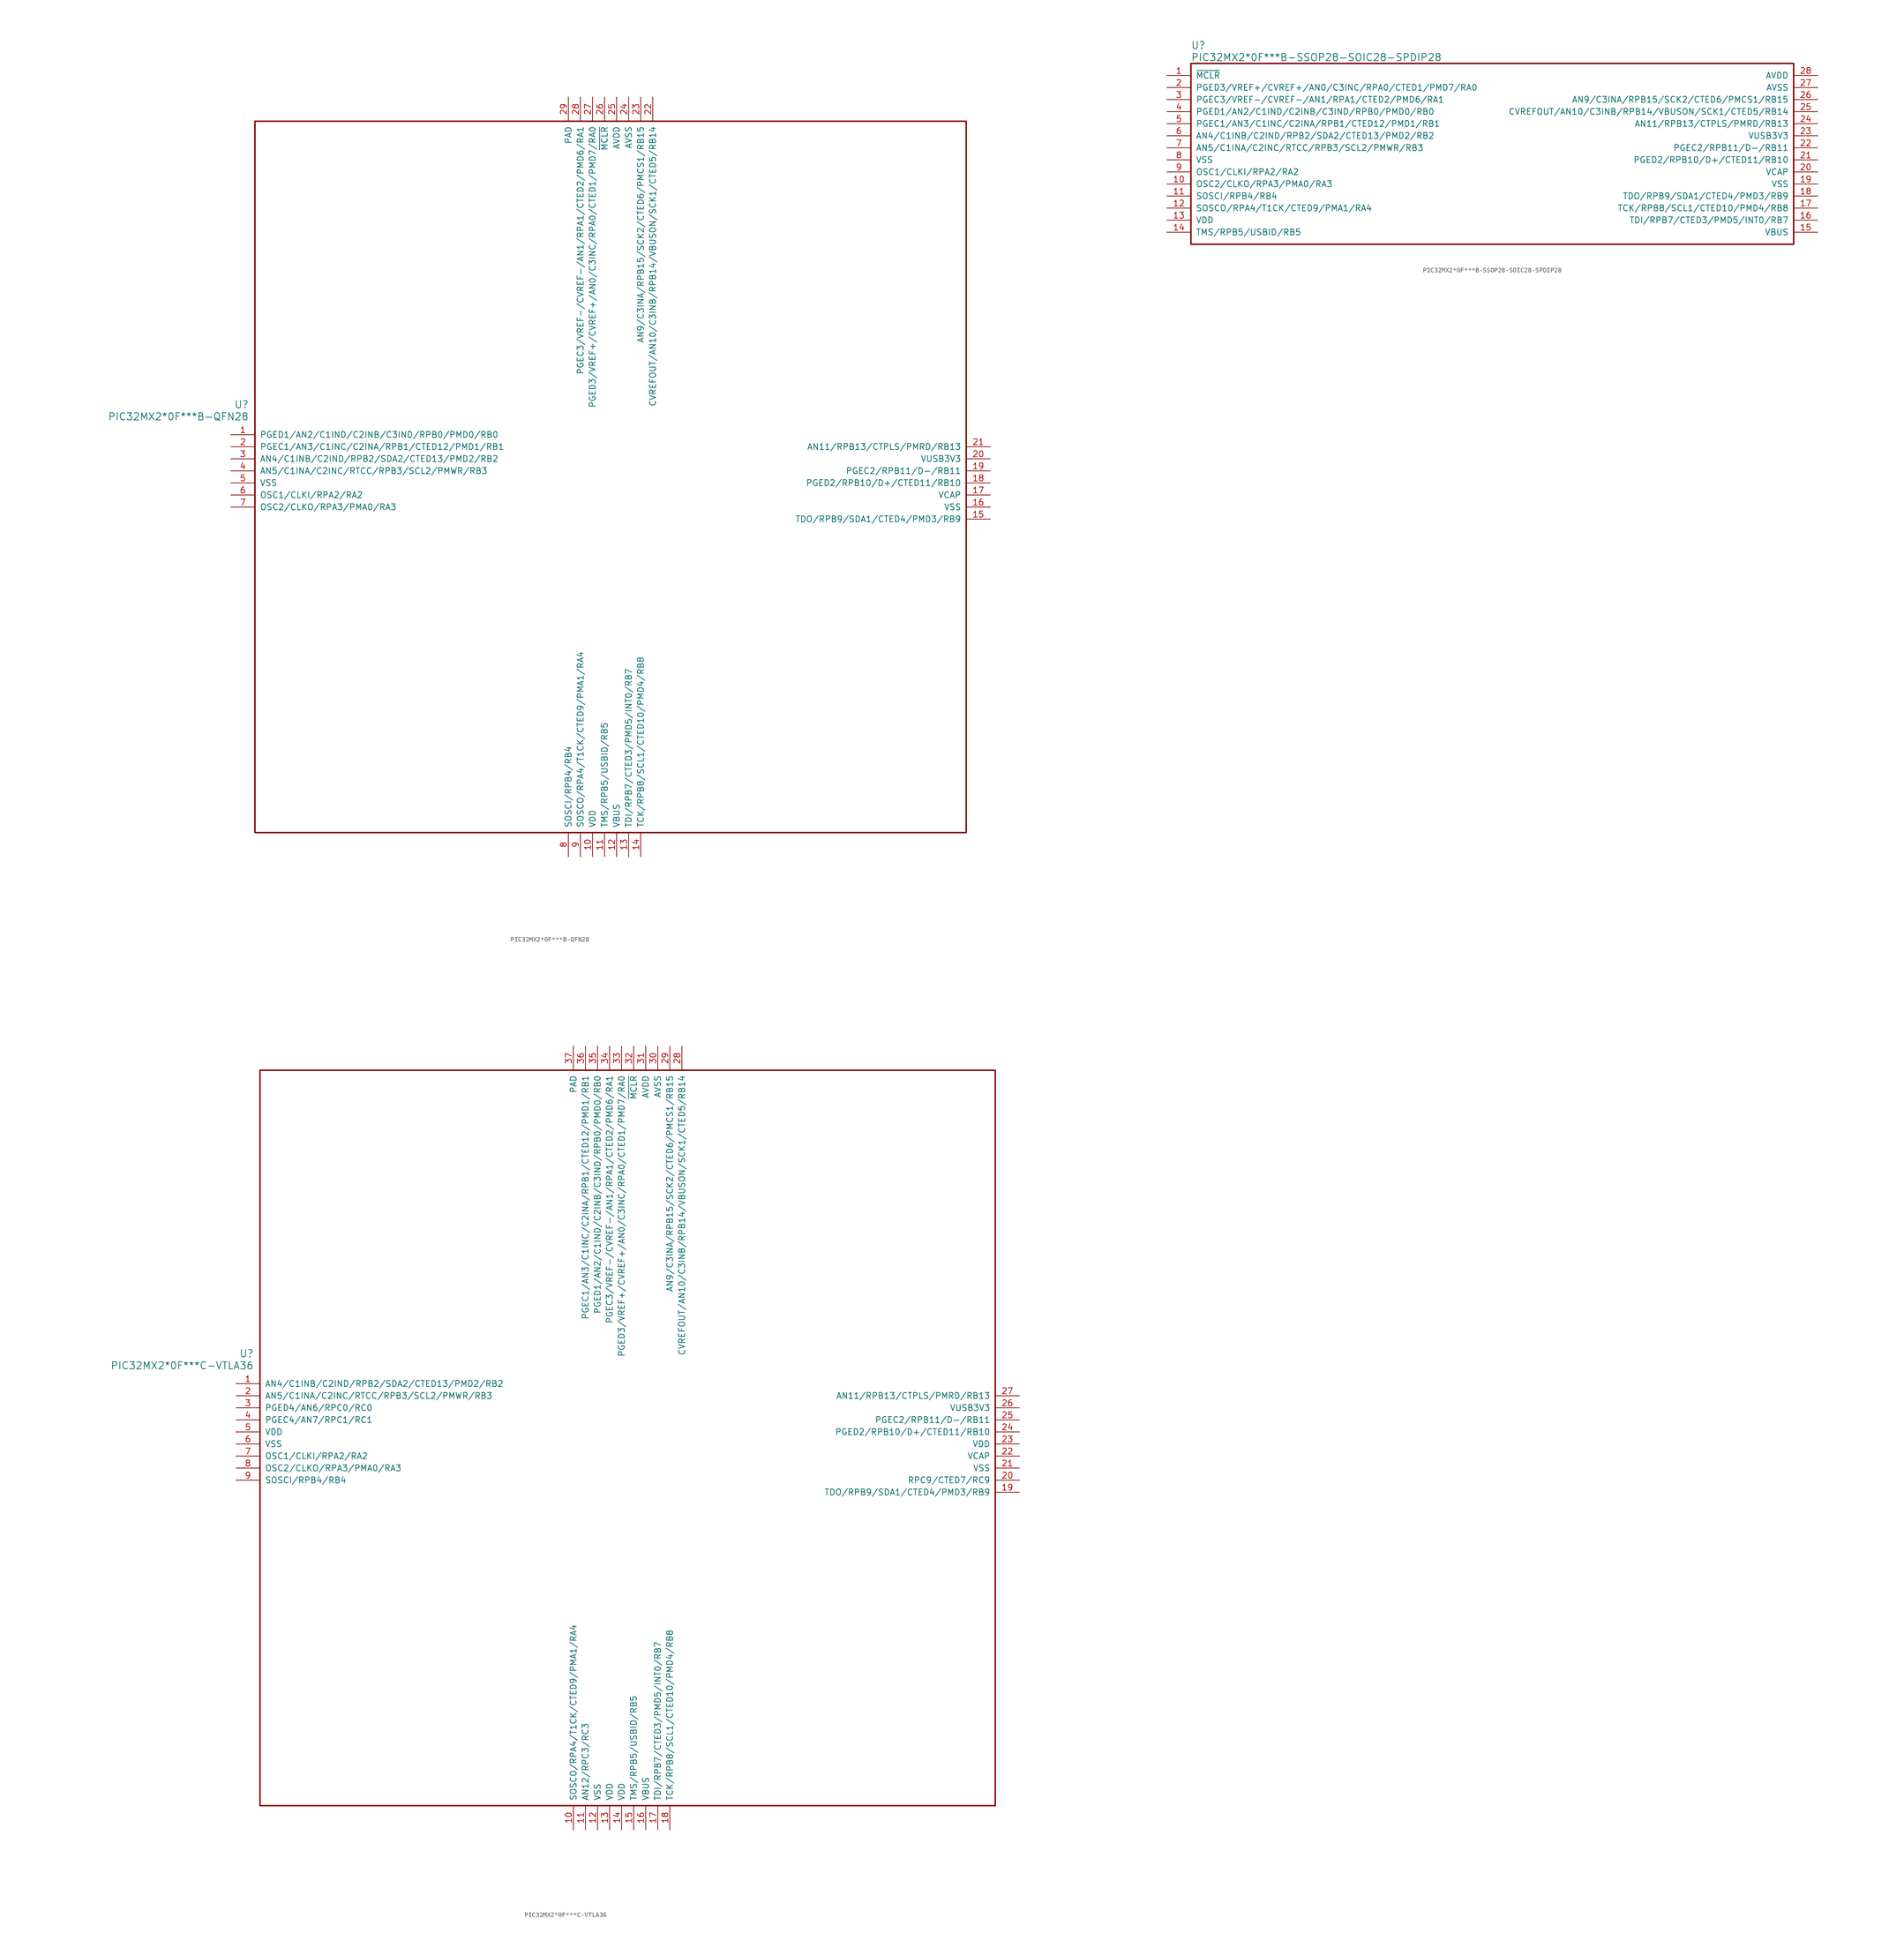
<source format=kicad_sym>
(kicad_symbol_lib
  (version 20241209)
  (generator "kicad_symbol_editor")
  (generator_version "9.0")
  (symbol "PIC32MX2*0F***B-QFN28"
    (pin_names
      (offset 1.016))
    (property "Reference" "U"
      (at 3.81 6.35 0)
      (effects (font (size 1.524 1.524)) (justify right)))
    (property "Value" "PIC32MX2*0F***B-QFN28"
      (at 3.81 3.81 0)
      (effects (font (size 1.524 1.524)) (justify right)))
    (property "ki_locked" ""
      (at 0 0 0)
      (effects (font (size 1.27 1.27))))
    (symbol "PIC32MX2*0F***B-QFN28_1_1"
      (rectangle (start 5.08 66.04) (end 154.94 -83.82) (stroke (width 0.305) (type solid)) (fill (type none)))
      (pin bidirectional line (at 0 0 0) (length 5.08) (name "PGED1/AN2/C1IND/C2INB/C3IND/RPB0/PMD0/RB0" (effects (font (size 1.27 1.27)))) (number "1" (effects (font (size 1.27 1.27)))))
      (pin bidirectional line (at 0 -2.54 0) (length 5.08) (name "PGEC1/AN3/C1INC/C2INA/RPB1/CTED12/PMD1/RB1" (effects (font (size 1.27 1.27)))) (number "2" (effects (font (size 1.27 1.27)))))
      (pin bidirectional line (at 0 -5.08 0) (length 5.08) (name "AN4/C1INB/C2IND/RPB2/SDA2/CTED13/PMD2/RB2" (effects (font (size 1.27 1.27)))) (number "3" (effects (font (size 1.27 1.27)))))
      (pin bidirectional line (at 0 -7.62 0) (length 5.08) (name "AN5/C1INA/C2INC/RTCC/RPB3/SCL2/PMWR/RB3" (effects (font (size 1.27 1.27)))) (number "4" (effects (font (size 1.27 1.27)))))
      (pin power_in line (at 0 -10.16 0) (length 5.08) (name "VSS" (effects (font (size 1.27 1.27)))) (number "5" (effects (font (size 1.27 1.27)))))
      (pin bidirectional line (at 0 -12.7 0) (length 5.08) (name "OSC1/CLKI/RPA2/RA2" (effects (font (size 1.27 1.27)))) (number "6" (effects (font (size 1.27 1.27)))))
      (pin bidirectional line (at 0 -15.24 0) (length 5.08) (name "OSC2/CLKO/RPA3/PMA0/RA3" (effects (font (size 1.27 1.27)))) (number "7" (effects (font (size 1.27 1.27)))))
      (pin power_in line (at 71.12 71.12 270) (length 5.08) (name "PAD" (effects (font (size 1.27 1.27)))) (number "29" (effects (font (size 1.27 1.27)))))
      (pin bidirectional line (at 71.12 -88.9 90) (length 5.08) (name "SOSCI/RPB4/RB4" (effects (font (size 1.27 1.27)))) (number "8" (effects (font (size 1.27 1.27)))))
      (pin bidirectional line (at 73.66 71.12 270) (length 5.08) (name "PGEC3/VREF-/CVREF-/AN1/RPA1/CTED2/PMD6/RA1" (effects (font (size 1.27 1.27)))) (number "28" (effects (font (size 1.27 1.27)))))
      (pin bidirectional line (at 73.66 -88.9 90) (length 5.08) (name "SOSCO/RPA4/T1CK/CTED9/PMA1/RA4" (effects (font (size 1.27 1.27)))) (number "9" (effects (font (size 1.27 1.27)))))
      (pin bidirectional line (at 76.2 71.12 270) (length 5.08) (name "PGED3/VREF+/CVREF+/AN0/C3INC/RPA0/CTED1/PMD7/RA0" (effects (font (size 1.27 1.27)))) (number "27" (effects (font (size 1.27 1.27)))))
      (pin power_in line (at 76.2 -88.9 90) (length 5.08) (name "VDD" (effects (font (size 1.27 1.27)))) (number "10" (effects (font (size 1.27 1.27)))))
      (pin input line (at 78.74 71.12 270) (length 5.08) (name "~{MCLR}" (effects (font (size 1.27 1.27)))) (number "26" (effects (font (size 1.27 1.27)))))
      (pin bidirectional line (at 78.74 -88.9 90) (length 5.08) (name "TMS/RPB5/USBID/RB5" (effects (font (size 1.27 1.27)))) (number "11" (effects (font (size 1.27 1.27)))))
      (pin power_in line (at 81.28 71.12 270) (length 5.08) (name "AVDD" (effects (font (size 1.27 1.27)))) (number "25" (effects (font (size 1.27 1.27)))))
      (pin input line (at 81.28 -88.9 90) (length 5.08) (name "VBUS" (effects (font (size 1.27 1.27)))) (number "12" (effects (font (size 1.27 1.27)))))
      (pin power_in line (at 83.82 71.12 270) (length 5.08) (name "AVSS" (effects (font (size 1.27 1.27)))) (number "24" (effects (font (size 1.27 1.27)))))
      (pin bidirectional line (at 83.82 -88.9 90) (length 5.08) (name "TDI/RPB7/CTED3/PMD5/INT0/RB7" (effects (font (size 1.27 1.27)))) (number "13" (effects (font (size 1.27 1.27)))))
      (pin bidirectional line (at 86.36 71.12 270) (length 5.08) (name "AN9/C3INA/RPB15/SCK2/CTED6/PMCS1/RB15" (effects (font (size 1.27 1.27)))) (number "23" (effects (font (size 1.27 1.27)))))
      (pin bidirectional line (at 86.36 -88.9 90) (length 5.08) (name "TCK/RPB8/SCL1/CTED10/PMD4/RB8" (effects (font (size 1.27 1.27)))) (number "14" (effects (font (size 1.27 1.27)))))
      (pin bidirectional line (at 88.9 71.12 270) (length 5.08) (name "CVREFOUT/AN10/C3INB/RPB14/VBUSON/SCK1/CTED5/RB14" (effects (font (size 1.27 1.27)))) (number "22" (effects (font (size 1.27 1.27)))))
      (pin bidirectional line (at 160.02 -2.54 180) (length 5.08) (name "AN11/RPB13/CTPLS/PMRD/RB13" (effects (font (size 1.27 1.27)))) (number "21" (effects (font (size 1.27 1.27)))))
      (pin power_in line (at 160.02 -5.08 180) (length 5.08) (name "VUSB3V3" (effects (font (size 1.27 1.27)))) (number "20" (effects (font (size 1.27 1.27)))))
      (pin bidirectional line (at 160.02 -7.62 180) (length 5.08) (name "PGEC2/RPB11/D-/RB11" (effects (font (size 1.27 1.27)))) (number "19" (effects (font (size 1.27 1.27)))))
      (pin bidirectional line (at 160.02 -10.16 180) (length 5.08) (name "PGED2/RPB10/D+/CTED11/RB10" (effects (font (size 1.27 1.27)))) (number "18" (effects (font (size 1.27 1.27)))))
      (pin power_out line (at 160.02 -12.7 180) (length 5.08) (name "VCAP" (effects (font (size 1.27 1.27)))) (number "17" (effects (font (size 1.27 1.27)))))
      (pin power_in line (at 160.02 -15.24 180) (length 5.08) (name "VSS" (effects (font (size 1.27 1.27)))) (number "16" (effects (font (size 1.27 1.27)))))
      (pin bidirectional line (at 160.02 -17.78 180) (length 5.08) (name "TDO/RPB9/SDA1/CTED4/PMD3/RB9" (effects (font (size 1.27 1.27)))) (number "15" (effects (font (size 1.27 1.27)))))))
  (symbol "PIC32MX2*0F***B-SSOP28-SOIC28-SPDIP28"
    (pin_names
      (offset 1.016))
    (property "Reference" "U"
      (at 5.08 6.35 0)
      (effects (font (size 1.524 1.524)) (justify left)))
    (property "Value" "PIC32MX2*0F***B-SSOP28-SOIC28-SPDIP28"
      (at 5.08 3.81 0)
      (effects (font (size 1.524 1.524)) (justify left)))
    (property "ki_locked" ""
      (at 0 0 0)
      (effects (font (size 1.27 1.27))))
    (symbol "PIC32MX2*0F***B-SSOP28-SOIC28-SPDIP28_1_1"
      (rectangle (start 5.08 2.54) (end 132.08 -35.56) (stroke (width 0.305) (type solid)) (fill (type none)))
      (pin input line (at 0 0 0) (length 5.08) (name "~{MCLR}" (effects (font (size 1.27 1.27)))) (number "1" (effects (font (size 1.27 1.27)))))
      (pin bidirectional line (at 0 -2.54 0) (length 5.08) (name "PGED3/VREF+/CVREF+/AN0/C3INC/RPA0/CTED1/PMD7/RA0" (effects (font (size 1.27 1.27)))) (number "2" (effects (font (size 1.27 1.27)))))
      (pin bidirectional line (at 0 -5.08 0) (length 5.08) (name "PGEC3/VREF-/CVREF-/AN1/RPA1/CTED2/PMD6/RA1" (effects (font (size 1.27 1.27)))) (number "3" (effects (font (size 1.27 1.27)))))
      (pin bidirectional line (at 0 -7.62 0) (length 5.08) (name "PGED1/AN2/C1IND/C2INB/C3IND/RPB0/PMD0/RB0" (effects (font (size 1.27 1.27)))) (number "4" (effects (font (size 1.27 1.27)))))
      (pin bidirectional line (at 0 -10.16 0) (length 5.08) (name "PGEC1/AN3/C1INC/C2INA/RPB1/CTED12/PMD1/RB1" (effects (font (size 1.27 1.27)))) (number "5" (effects (font (size 1.27 1.27)))))
      (pin bidirectional line (at 0 -12.7 0) (length 5.08) (name "AN4/C1INB/C2IND/RPB2/SDA2/CTED13/PMD2/RB2" (effects (font (size 1.27 1.27)))) (number "6" (effects (font (size 1.27 1.27)))))
      (pin bidirectional line (at 0 -15.24 0) (length 5.08) (name "AN5/C1INA/C2INC/RTCC/RPB3/SCL2/PMWR/RB3" (effects (font (size 1.27 1.27)))) (number "7" (effects (font (size 1.27 1.27)))))
      (pin power_in line (at 0 -17.78 0) (length 5.08) (name "VSS" (effects (font (size 1.27 1.27)))) (number "8" (effects (font (size 1.27 1.27)))))
      (pin bidirectional line (at 0 -20.32 0) (length 5.08) (name "OSC1/CLKI/RPA2/RA2" (effects (font (size 1.27 1.27)))) (number "9" (effects (font (size 1.27 1.27)))))
      (pin bidirectional line (at 0 -22.86 0) (length 5.08) (name "OSC2/CLKO/RPA3/PMA0/RA3" (effects (font (size 1.27 1.27)))) (number "10" (effects (font (size 1.27 1.27)))))
      (pin bidirectional line (at 0 -25.4 0) (length 5.08) (name "SOSCI/RPB4/RB4" (effects (font (size 1.27 1.27)))) (number "11" (effects (font (size 1.27 1.27)))))
      (pin bidirectional line (at 0 -27.94 0) (length 5.08) (name "SOSCO/RPA4/T1CK/CTED9/PMA1/RA4" (effects (font (size 1.27 1.27)))) (number "12" (effects (font (size 1.27 1.27)))))
      (pin power_in line (at 0 -30.48 0) (length 5.08) (name "VDD" (effects (font (size 1.27 1.27)))) (number "13" (effects (font (size 1.27 1.27)))))
      (pin bidirectional line (at 0 -33.02 0) (length 5.08) (name "TMS/RPB5/USBID/RB5" (effects (font (size 1.27 1.27)))) (number "14" (effects (font (size 1.27 1.27)))))
      (pin power_in line (at 137.16 0 180) (length 5.08) (name "AVDD" (effects (font (size 1.27 1.27)))) (number "28" (effects (font (size 1.27 1.27)))))
      (pin power_in line (at 137.16 -2.54 180) (length 5.08) (name "AVSS" (effects (font (size 1.27 1.27)))) (number "27" (effects (font (size 1.27 1.27)))))
      (pin bidirectional line (at 137.16 -5.08 180) (length 5.08) (name "AN9/C3INA/RPB15/SCK2/CTED6/PMCS1/RB15" (effects (font (size 1.27 1.27)))) (number "26" (effects (font (size 1.27 1.27)))))
      (pin bidirectional line (at 137.16 -7.62 180) (length 5.08) (name "CVREFOUT/AN10/C3INB/RPB14/VBUSON/SCK1/CTED5/RB14" (effects (font (size 1.27 1.27)))) (number "25" (effects (font (size 1.27 1.27)))))
      (pin bidirectional line (at 137.16 -10.16 180) (length 5.08) (name "AN11/RPB13/CTPLS/PMRD/RB13" (effects (font (size 1.27 1.27)))) (number "24" (effects (font (size 1.27 1.27)))))
      (pin power_in line (at 137.16 -12.7 180) (length 5.08) (name "VUSB3V3" (effects (font (size 1.27 1.27)))) (number "23" (effects (font (size 1.27 1.27)))))
      (pin bidirectional line (at 137.16 -15.24 180) (length 5.08) (name "PGEC2/RPB11/D-/RB11" (effects (font (size 1.27 1.27)))) (number "22" (effects (font (size 1.27 1.27)))))
      (pin bidirectional line (at 137.16 -17.78 180) (length 5.08) (name "PGED2/RPB10/D+/CTED11/RB10" (effects (font (size 1.27 1.27)))) (number "21" (effects (font (size 1.27 1.27)))))
      (pin power_out line (at 137.16 -20.32 180) (length 5.08) (name "VCAP" (effects (font (size 1.27 1.27)))) (number "20" (effects (font (size 1.27 1.27)))))
      (pin power_in line (at 137.16 -22.86 180) (length 5.08) (name "VSS" (effects (font (size 1.27 1.27)))) (number "19" (effects (font (size 1.27 1.27)))))
      (pin bidirectional line (at 137.16 -25.4 180) (length 5.08) (name "TDO/RPB9/SDA1/CTED4/PMD3/RB9" (effects (font (size 1.27 1.27)))) (number "18" (effects (font (size 1.27 1.27)))))
      (pin bidirectional line (at 137.16 -27.94 180) (length 5.08) (name "TCK/RPB8/SCL1/CTED10/PMD4/RB8" (effects (font (size 1.27 1.27)))) (number "17" (effects (font (size 1.27 1.27)))))
      (pin bidirectional line (at 137.16 -30.48 180) (length 5.08) (name "TDI/RPB7/CTED3/PMD5/INT0/RB7" (effects (font (size 1.27 1.27)))) (number "16" (effects (font (size 1.27 1.27)))))
      (pin input line (at 137.16 -33.02 180) (length 5.08) (name "VBUS" (effects (font (size 1.27 1.27)))) (number "15" (effects (font (size 1.27 1.27)))))))
  (symbol "PIC32MX2*0F***C-VTLA36"
    (pin_names
      (offset 1.016))
    (property "Reference" "U"
      (at 3.81 6.35 0)
      (effects (font (size 1.524 1.524)) (justify right)))
    (property "Value" "PIC32MX2*0F***C-VTLA36"
      (at 3.81 3.81 0)
      (effects (font (size 1.524 1.524)) (justify right)))
    (property "ki_locked" ""
      (at 0 0 0)
      (effects (font (size 1.27 1.27))))
    (symbol "PIC32MX2*0F***C-VTLA36_1_1"
      (rectangle (start 5.08 66.04) (end 160.02 -88.9) (stroke (width 0.305) (type solid)) (fill (type none)))
      (pin bidirectional line (at 0 0 0) (length 5.08) (name "AN4/C1INB/C2IND/RPB2/SDA2/CTED13/PMD2/RB2" (effects (font (size 1.27 1.27)))) (number "1" (effects (font (size 1.27 1.27)))))
      (pin bidirectional line (at 0 -2.54 0) (length 5.08) (name "AN5/C1INA/C2INC/RTCC/RPB3/SCL2/PMWR/RB3" (effects (font (size 1.27 1.27)))) (number "2" (effects (font (size 1.27 1.27)))))
      (pin bidirectional line (at 0 -5.08 0) (length 5.08) (name "PGED4/AN6/RPC0/RC0" (effects (font (size 1.27 1.27)))) (number "3" (effects (font (size 1.27 1.27)))))
      (pin bidirectional line (at 0 -7.62 0) (length 5.08) (name "PGEC4/AN7/RPC1/RC1" (effects (font (size 1.27 1.27)))) (number "4" (effects (font (size 1.27 1.27)))))
      (pin power_in line (at 0 -10.16 0) (length 5.08) (name "VDD" (effects (font (size 1.27 1.27)))) (number "5" (effects (font (size 1.27 1.27)))))
      (pin power_in line (at 0 -12.7 0) (length 5.08) (name "VSS" (effects (font (size 1.27 1.27)))) (number "6" (effects (font (size 1.27 1.27)))))
      (pin bidirectional line (at 0 -15.24 0) (length 5.08) (name "OSC1/CLKI/RPA2/RA2" (effects (font (size 1.27 1.27)))) (number "7" (effects (font (size 1.27 1.27)))))
      (pin bidirectional line (at 0 -17.78 0) (length 5.08) (name "OSC2/CLKO/RPA3/PMA0/RA3" (effects (font (size 1.27 1.27)))) (number "8" (effects (font (size 1.27 1.27)))))
      (pin bidirectional line (at 0 -20.32 0) (length 5.08) (name "SOSCI/RPB4/RB4" (effects (font (size 1.27 1.27)))) (number "9" (effects (font (size 1.27 1.27)))))
      (pin power_in line (at 71.12 71.12 270) (length 5.08) (name "PAD" (effects (font (size 1.27 1.27)))) (number "37" (effects (font (size 1.27 1.27)))))
      (pin bidirectional line (at 71.12 -93.98 90) (length 5.08) (name "SOSCO/RPA4/T1CK/CTED9/PMA1/RA4" (effects (font (size 1.27 1.27)))) (number "10" (effects (font (size 1.27 1.27)))))
      (pin bidirectional line (at 73.66 71.12 270) (length 5.08) (name "PGEC1/AN3/C1INC/C2INA/RPB1/CTED12/PMD1/RB1" (effects (font (size 1.27 1.27)))) (number "36" (effects (font (size 1.27 1.27)))))
      (pin bidirectional line (at 73.66 -93.98 90) (length 5.08) (name "AN12/RPC3/RC3" (effects (font (size 1.27 1.27)))) (number "11" (effects (font (size 1.27 1.27)))))
      (pin bidirectional line (at 76.2 71.12 270) (length 5.08) (name "PGED1/AN2/C1IND/C2INB/C3IND/RPB0/PMD0/RB0" (effects (font (size 1.27 1.27)))) (number "35" (effects (font (size 1.27 1.27)))))
      (pin power_in line (at 76.2 -93.98 90) (length 5.08) (name "VSS" (effects (font (size 1.27 1.27)))) (number "12" (effects (font (size 1.27 1.27)))))
      (pin bidirectional line (at 78.74 71.12 270) (length 5.08) (name "PGEC3/VREF-/CVREF-/AN1/RPA1/CTED2/PMD6/RA1" (effects (font (size 1.27 1.27)))) (number "34" (effects (font (size 1.27 1.27)))))
      (pin power_in line (at 78.74 -93.98 90) (length 5.08) (name "VDD" (effects (font (size 1.27 1.27)))) (number "13" (effects (font (size 1.27 1.27)))))
      (pin bidirectional line (at 81.28 71.12 270) (length 5.08) (name "PGED3/VREF+/CVREF+/AN0/C3INC/RPA0/CTED1/PMD7/RA0" (effects (font (size 1.27 1.27)))) (number "33" (effects (font (size 1.27 1.27)))))
      (pin power_in line (at 81.28 -93.98 90) (length 5.08) (name "VDD" (effects (font (size 1.27 1.27)))) (number "14" (effects (font (size 1.27 1.27)))))
      (pin input line (at 83.82 71.12 270) (length 5.08) (name "~{MCLR}" (effects (font (size 1.27 1.27)))) (number "32" (effects (font (size 1.27 1.27)))))
      (pin bidirectional line (at 83.82 -93.98 90) (length 5.08) (name "TMS/RPB5/USBID/RB5" (effects (font (size 1.27 1.27)))) (number "15" (effects (font (size 1.27 1.27)))))
      (pin power_in line (at 86.36 71.12 270) (length 5.08) (name "AVDD" (effects (font (size 1.27 1.27)))) (number "31" (effects (font (size 1.27 1.27)))))
      (pin input line (at 86.36 -93.98 90) (length 5.08) (name "VBUS" (effects (font (size 1.27 1.27)))) (number "16" (effects (font (size 1.27 1.27)))))
      (pin power_in line (at 88.9 71.12 270) (length 5.08) (name "AVSS" (effects (font (size 1.27 1.27)))) (number "30" (effects (font (size 1.27 1.27)))))
      (pin bidirectional line (at 88.9 -93.98 90) (length 5.08) (name "TDI/RPB7/CTED3/PMD5/INT0/RB7" (effects (font (size 1.27 1.27)))) (number "17" (effects (font (size 1.27 1.27)))))
      (pin bidirectional line (at 91.44 71.12 270) (length 5.08) (name "AN9/C3INA/RPB15/SCK2/CTED6/PMCS1/RB15" (effects (font (size 1.27 1.27)))) (number "29" (effects (font (size 1.27 1.27)))))
      (pin bidirectional line (at 91.44 -93.98 90) (length 5.08) (name "TCK/RPB8/SCL1/CTED10/PMD4/RB8" (effects (font (size 1.27 1.27)))) (number "18" (effects (font (size 1.27 1.27)))))
      (pin bidirectional line (at 93.98 71.12 270) (length 5.08) (name "CVREFOUT/AN10/C3INB/RPB14/VBUSON/SCK1/CTED5/RB14" (effects (font (size 1.27 1.27)))) (number "28" (effects (font (size 1.27 1.27)))))
      (pin bidirectional line (at 165.1 -2.54 180) (length 5.08) (name "AN11/RPB13/CTPLS/PMRD/RB13" (effects (font (size 1.27 1.27)))) (number "27" (effects (font (size 1.27 1.27)))))
      (pin power_in line (at 165.1 -5.08 180) (length 5.08) (name "VUSB3V3" (effects (font (size 1.27 1.27)))) (number "26" (effects (font (size 1.27 1.27)))))
      (pin bidirectional line (at 165.1 -7.62 180) (length 5.08) (name "PGEC2/RPB11/D-/RB11" (effects (font (size 1.27 1.27)))) (number "25" (effects (font (size 1.27 1.27)))))
      (pin bidirectional line (at 165.1 -10.16 180) (length 5.08) (name "PGED2/RPB10/D+/CTED11/RB10" (effects (font (size 1.27 1.27)))) (number "24" (effects (font (size 1.27 1.27)))))
      (pin power_in line (at 165.1 -12.7 180) (length 5.08) (name "VDD" (effects (font (size 1.27 1.27)))) (number "23" (effects (font (size 1.27 1.27)))))
      (pin power_out line (at 165.1 -15.24 180) (length 5.08) (name "VCAP" (effects (font (size 1.27 1.27)))) (number "22" (effects (font (size 1.27 1.27)))))
      (pin power_in line (at 165.1 -17.78 180) (length 5.08) (name "VSS" (effects (font (size 1.27 1.27)))) (number "21" (effects (font (size 1.27 1.27)))))
      (pin bidirectional line (at 165.1 -20.32 180) (length 5.08) (name "RPC9/CTED7/RC9" (effects (font (size 1.27 1.27)))) (number "20" (effects (font (size 1.27 1.27)))))
      (pin bidirectional line (at 165.1 -22.86 180) (length 5.08) (name "TDO/RPB9/SDA1/CTED4/PMD3/RB9" (effects (font (size 1.27 1.27)))) (number "19" (effects (font (size 1.27 1.27))))))))
</source>
